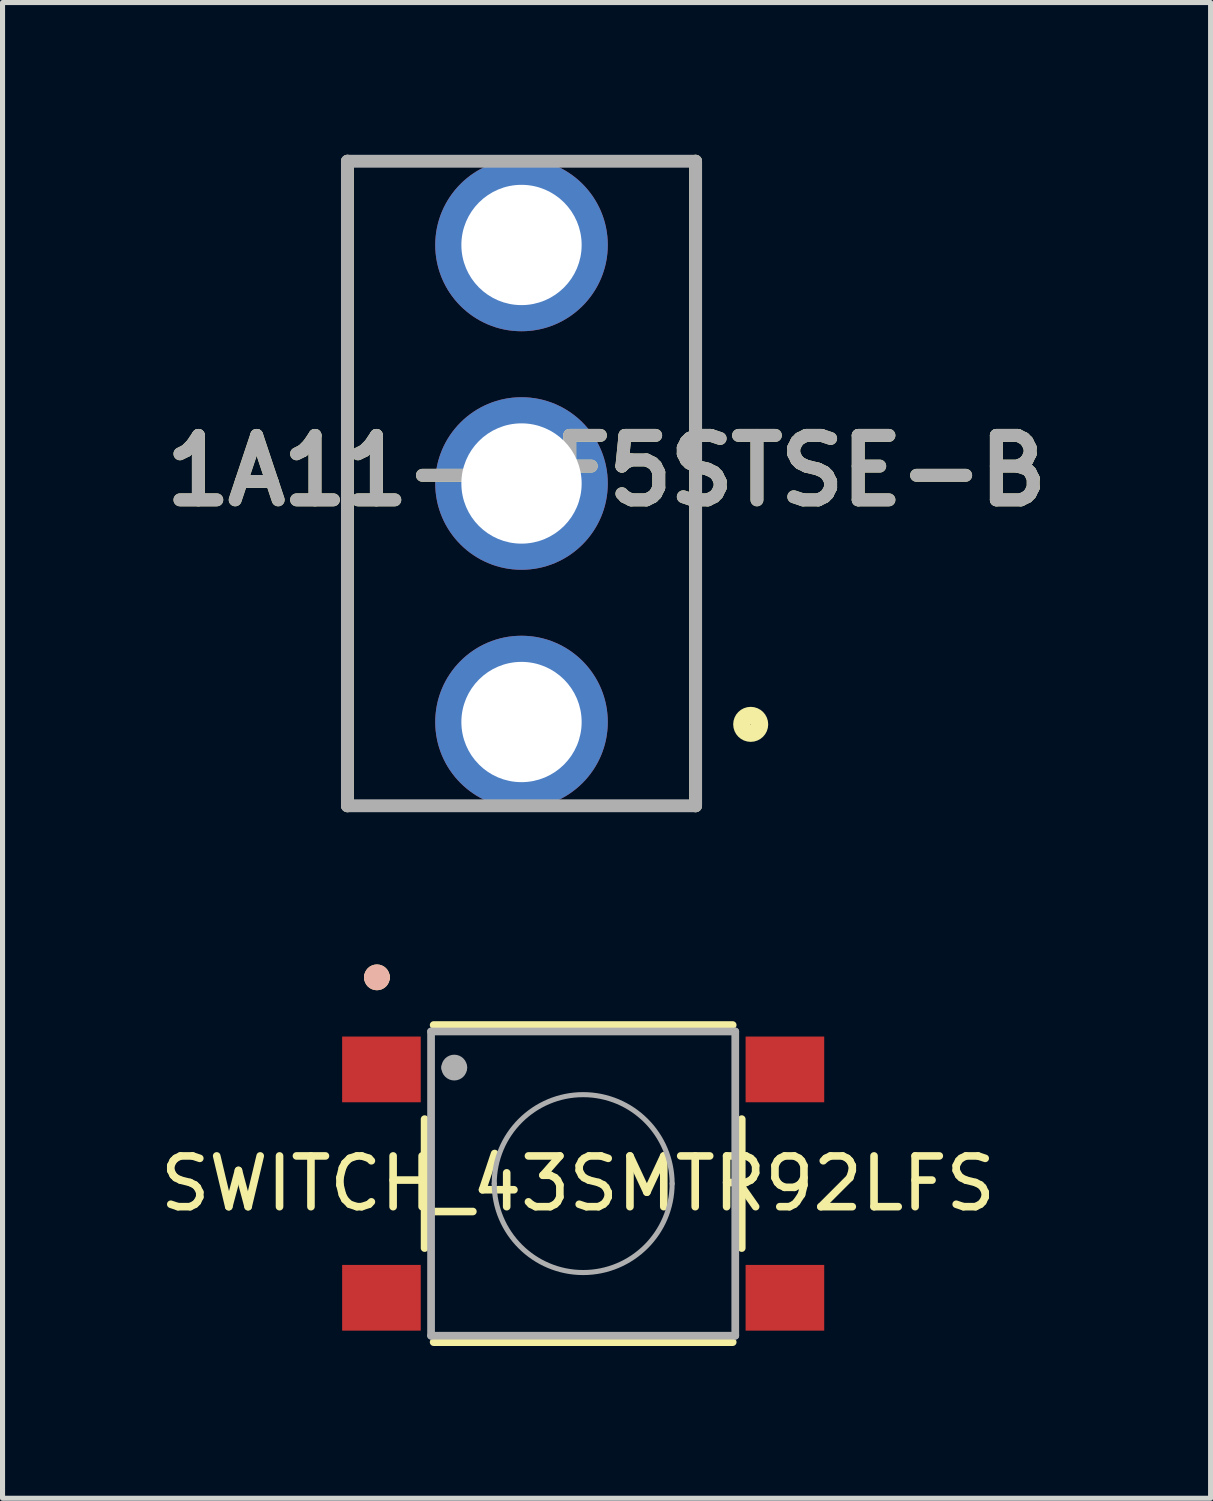
<source format=kicad_pcb>
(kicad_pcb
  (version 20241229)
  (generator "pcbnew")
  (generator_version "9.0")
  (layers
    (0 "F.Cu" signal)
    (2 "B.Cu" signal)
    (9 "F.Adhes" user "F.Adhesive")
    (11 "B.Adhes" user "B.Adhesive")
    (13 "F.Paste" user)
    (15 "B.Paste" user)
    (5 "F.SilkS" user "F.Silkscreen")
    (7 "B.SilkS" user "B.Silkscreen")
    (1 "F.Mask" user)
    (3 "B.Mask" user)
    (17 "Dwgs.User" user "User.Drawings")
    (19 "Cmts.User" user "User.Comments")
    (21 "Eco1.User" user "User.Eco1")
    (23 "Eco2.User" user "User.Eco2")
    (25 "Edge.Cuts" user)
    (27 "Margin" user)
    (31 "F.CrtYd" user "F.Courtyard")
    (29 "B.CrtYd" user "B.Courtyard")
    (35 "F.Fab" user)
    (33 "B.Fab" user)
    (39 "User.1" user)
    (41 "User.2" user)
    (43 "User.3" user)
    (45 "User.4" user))
  (footprint "1A11-NF5STSE-B"
    (layer "F.Cu")
    (at 7.226 6.477)
    (property "Reference" "1A11-NF5STSE-B" (at 1.676 -0.252 0) (layer "F.SilkS") (effects (font (size 1.27 1.27) (thickness 0.254))))
    (attr through_hole)
    (fp_line (start -3.43 6.35) (end -3.43 -6.35) (stroke (width 0.254) (type solid)) (layer "F.SilkS"))
    (fp_line (start 3.43 -6.35) (end 3.43 6.35) (stroke (width 0.254) (type solid)) (layer "F.SilkS"))
    (fp_circle (center 4.516 4.746) (end 4.516 4.921) (stroke (width 0.34) (type solid)) (fill no) (layer "F.SilkS"))
    (fp_line (start -3.43 -6.35) (end 3.43 -6.35) (stroke (width 0.254) (type solid)) (layer "F.Fab"))
    (fp_line (start -3.43 6.35) (end -3.43 -6.35) (stroke (width 0.254) (type solid)) (layer "F.Fab"))
    (fp_line (start 3.43 -6.35) (end 3.43 6.35) (stroke (width 0.254) (type solid)) (layer "F.Fab"))
    (fp_line (start 3.43 6.35) (end -3.43 6.35) (stroke (width 0.254) (type solid)) (layer "F.Fab"))
    (fp_text user "${REFERENCE}" (at 1.676 -0.252 0) (layer "F.Fab") (effects (font (size 1.27 1.27) (thickness 0.254))))
    (pad "1" thru_hole circle (at 0 4.7) (size 3.4 3.4) (drill 2.37) (layers "*.Cu" "*.Mask"))
    (pad "2" thru_hole circle (at 0 0) (size 3.4 3.4) (drill 2.37) (layers "*.Cu" "*.Mask"))
    (pad "3" thru_hole circle (at 0 -4.7) (size 3.4 3.4) (drill 2.37) (layers "*.Cu" "*.Mask")))
  (footprint "SWITCH_43SMTR92LFS"
    (layer "F.Cu")
    (at 8.441 20.272)
    (property "Reference" "SWITCH_43SMTR92LFS" (at -0.102 0 0) (layer "F.SilkS") (effects (font (size 1 1) (thickness 0.15))))
    (attr through_hole)
    (fp_line (start -3.124 -1.27) (end -3.124 1.27) (stroke (width 0.152) (type solid)) (layer "F.SilkS"))
    (fp_line (start -2.946 3.124) (end 2.946 3.124) (stroke (width 0.152) (type solid)) (layer "F.SilkS"))
    (fp_line (start 2.946 -3.124) (end -2.946 -3.124) (stroke (width 0.152) (type solid)) (layer "F.SilkS"))
    (fp_line (start 3.124 1.27) (end 3.124 -1.27) (stroke (width 0.152) (type solid)) (layer "F.SilkS"))
    (fp_arc (start -4.191 -4.064) (mid -4.064 -4.191) (end -3.937 -4.064) (stroke (width 0.254) (type solid)) (layer "F.SilkS"))
    (fp_arc (start -3.937 -4.064) (mid -4.064 -3.937) (end -4.191 -4.064) (stroke (width 0.254) (type solid)) (layer "F.SilkS"))
    (fp_arc (start -4.191 -4.064) (mid -4.064 -4.191) (end -3.937 -4.064) (stroke (width 0.254) (type solid)) (layer "B.SilkS"))
    (fp_arc (start -3.937 -4.064) (mid -4.064 -3.937) (end -4.191 -4.064) (stroke (width 0.254) (type solid)) (layer "B.SilkS"))
    (fp_line (start -2.997 -2.997) (end -2.997 2.997) (stroke (width 0.152) (type solid)) (layer "F.Fab"))
    (fp_line (start -2.997 2.997) (end 2.997 2.997) (stroke (width 0.152) (type solid)) (layer "F.Fab"))
    (fp_line (start 2.997 -2.997) (end -2.997 -2.997) (stroke (width 0.152) (type solid)) (layer "F.Fab"))
    (fp_line (start 2.997 2.997) (end 2.997 -2.997) (stroke (width 0.152) (type solid)) (layer "F.Fab"))
    (fp_arc (start -2.667 -2.286) (mid -2.54 -2.413) (end -2.413 -2.286) (stroke (width 0.254) (type solid)) (layer "F.Fab"))
    (fp_arc (start -2.413 -2.286) (mid -2.54 -2.159) (end -2.667 -2.286) (stroke (width 0.254) (type solid)) (layer "F.Fab"))
    (fp_arc (start -1.7526 0) (mid 0 -1.7526) (end 1.7526 0) (stroke (width 0.1) (type solid)) (layer "F.Fab"))
    (fp_arc (start 1.7526 0) (mid 0 1.7526) (end -1.7526 0) (stroke (width 0.1) (type solid)) (layer "F.Fab"))
    (pad "1" smd rect (at -3.975 -2.25) (size 1.549 1.295) (layers "F.Cu" "F.Mask" "F.Paste"))
    (pad "2" smd rect (at 3.975 -2.25) (size 1.549 1.295) (layers "F.Cu" "F.Mask" "F.Paste"))
    (pad "3" smd rect (at -3.975 2.25) (size 1.549 1.295) (layers "F.Cu" "F.Mask" "F.Paste"))
    (pad "4" smd rect (at 3.975 2.25) (size 1.549 1.295) (layers "F.Cu" "F.Mask" "F.Paste")))
  (gr_rect
    (start -3 -3)
    (end 20.804 26.472)
    (stroke (width 0.1) (type default))
    (fill no)
    (layer "Edge.Cuts")))
</source>
